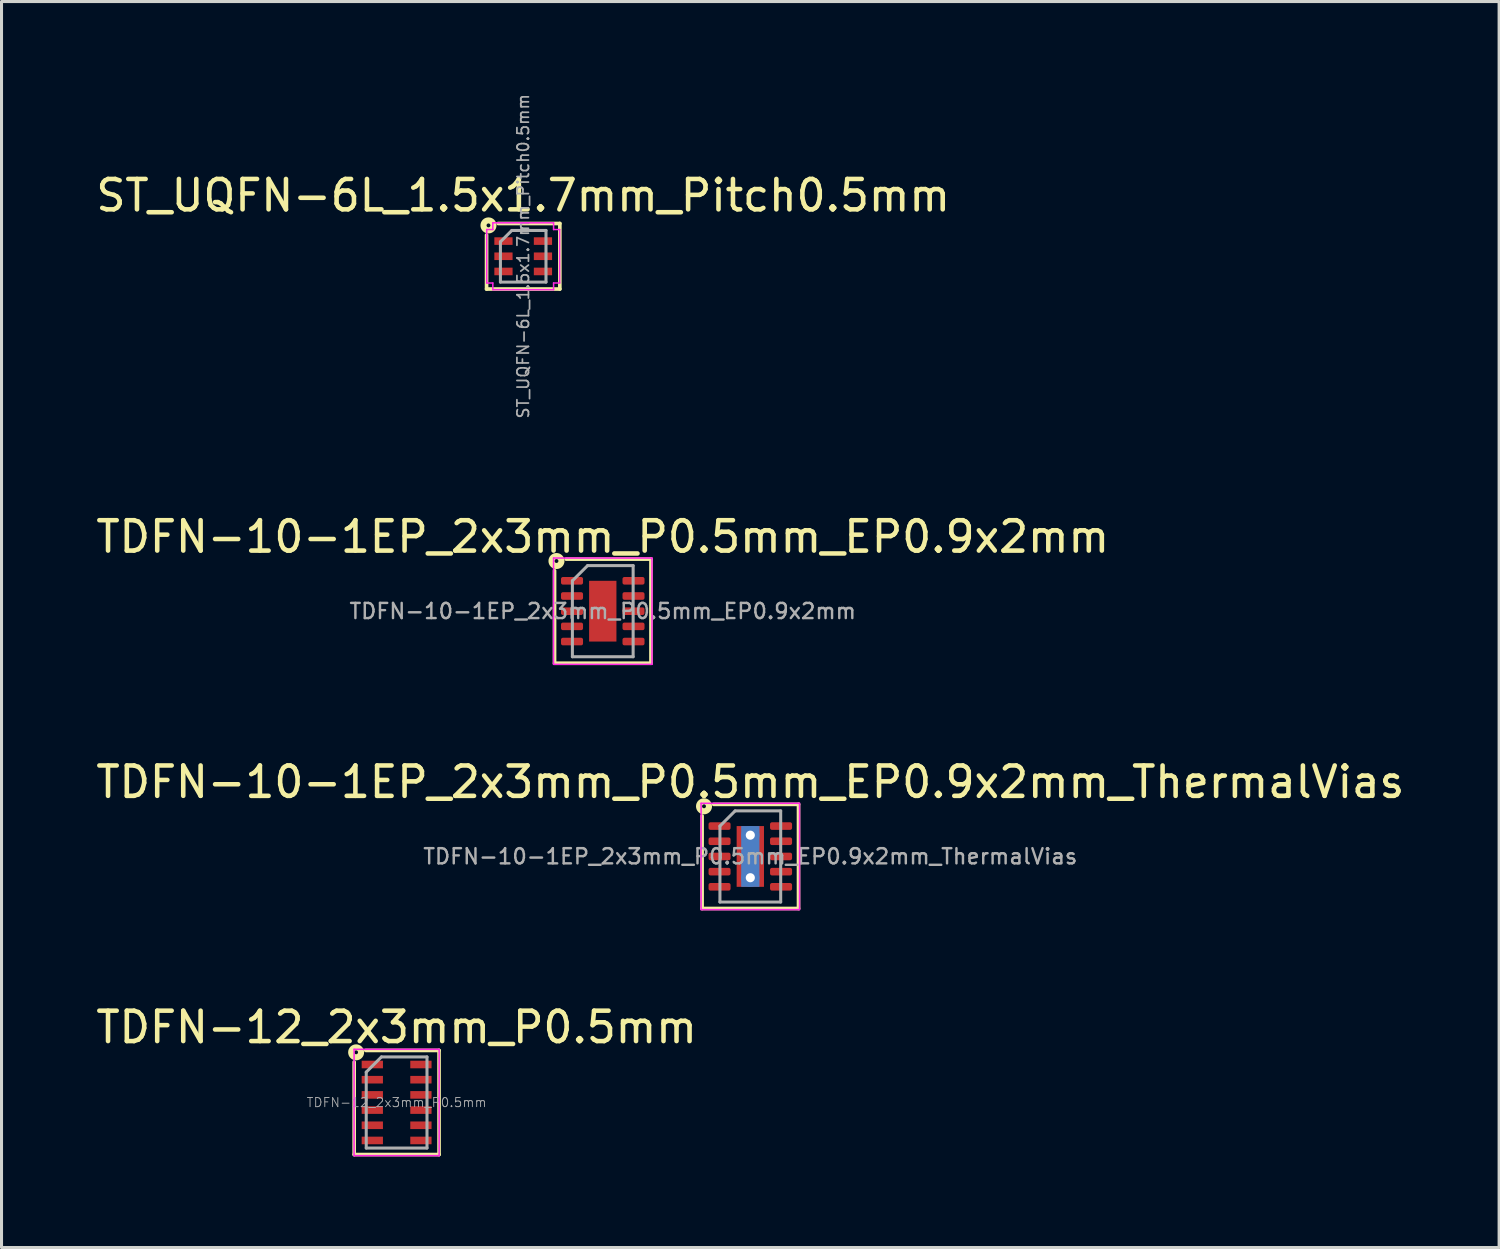
<source format=kicad_pcb>
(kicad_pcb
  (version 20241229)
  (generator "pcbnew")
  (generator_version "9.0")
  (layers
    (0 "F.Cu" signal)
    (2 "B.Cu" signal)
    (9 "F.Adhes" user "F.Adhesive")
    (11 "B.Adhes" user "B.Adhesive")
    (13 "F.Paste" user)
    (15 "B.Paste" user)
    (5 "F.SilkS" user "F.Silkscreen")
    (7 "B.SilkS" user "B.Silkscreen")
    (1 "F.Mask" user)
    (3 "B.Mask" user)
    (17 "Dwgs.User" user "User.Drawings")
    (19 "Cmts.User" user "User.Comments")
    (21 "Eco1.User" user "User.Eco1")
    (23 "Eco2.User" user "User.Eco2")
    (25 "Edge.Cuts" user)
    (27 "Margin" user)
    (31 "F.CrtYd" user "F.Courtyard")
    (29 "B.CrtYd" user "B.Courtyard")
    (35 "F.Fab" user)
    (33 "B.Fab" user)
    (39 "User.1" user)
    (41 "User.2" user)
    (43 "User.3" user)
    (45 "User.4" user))
  (footprint "TDFN-10-1EP_2x3mm_P0.5mm_EP0.9x2mm"
    (layer "F.Cu")
    (at 16.792 17.069)
    (property "Reference" "TDFN-10-1EP_2x3mm_P0.5mm_EP0.9x2mm" (at 0 -2.45 0) (layer "F.SilkS") (effects (font (size 1 1) (thickness 0.15))))
    (attr smd)
    (fp_line (start -1.587 -1.333) (end -1.587 1.714) (stroke (width 0.12) (type solid)) (layer "F.SilkS"))
    (fp_line (start -1.587 1.714) (end 1.587 1.714) (stroke (width 0.12) (type solid)) (layer "F.SilkS"))
    (fp_line (start 1.587 -1.714) (end -1.206 -1.714) (stroke (width 0.12) (type solid)) (layer "F.SilkS"))
    (fp_line (start 1.587 1.714) (end 1.587 -1.714) (stroke (width 0.12) (type solid)) (layer "F.SilkS"))
    (fp_circle (center -1.524 -1.651) (end -1.46 -1.651) (stroke (width 0.2) (type solid)) (fill no) (layer "F.SilkS"))
    (fp_line (start -1.62 -1.75) (end -1.62 1.75) (stroke (width 0.05) (type solid)) (layer "F.CrtYd"))
    (fp_line (start -1.62 1.75) (end 1.62 1.75) (stroke (width 0.05) (type solid)) (layer "F.CrtYd"))
    (fp_line (start 1.62 -1.75) (end -1.62 -1.75) (stroke (width 0.05) (type solid)) (layer "F.CrtYd"))
    (fp_line (start 1.62 1.75) (end 1.62 -1.75) (stroke (width 0.05) (type solid)) (layer "F.CrtYd"))
    (fp_line (start -1 -1) (end -0.5 -1.5) (stroke (width 0.1) (type solid)) (layer "F.Fab"))
    (fp_line (start -1 1.5) (end -1 -1) (stroke (width 0.1) (type solid)) (layer "F.Fab"))
    (fp_line (start -0.5 -1.5) (end 1 -1.5) (stroke (width 0.1) (type solid)) (layer "F.Fab"))
    (fp_line (start 1 -1.5) (end 1 1.5) (stroke (width 0.1) (type solid)) (layer "F.Fab"))
    (fp_line (start 1 1.5) (end -1 1.5) (stroke (width 0.1) (type solid)) (layer "F.Fab"))
    (fp_text user "${REFERENCE}" (at 0 0 0) (layer "F.Fab") (effects (font (size 0.5 0.5) (thickness 0.08))))
    (pad "" smd roundrect (at 0 -0.5) (size 0.73 0.81) (layers "F.Paste") (roundrect_rratio 0.25))
    (pad "" smd roundrect (at 0 0.5) (size 0.73 0.81) (layers "F.Paste") (roundrect_rratio 0.25))
    (pad "1" smd roundrect (at -1.012 -1) (size 0.725 0.25) (layers "F.Cu" "F.Mask" "F.Paste") (roundrect_rratio 0.25))
    (pad "2" smd roundrect (at -1.012 -0.5) (size 0.725 0.25) (layers "F.Cu" "F.Mask" "F.Paste") (roundrect_rratio 0.25))
    (pad "3" smd roundrect (at -1.012 0) (size 0.725 0.25) (layers "F.Cu" "F.Mask" "F.Paste") (roundrect_rratio 0.25))
    (pad "4" smd roundrect (at -1.012 0.5) (size 0.725 0.25) (layers "F.Cu" "F.Mask" "F.Paste") (roundrect_rratio 0.25))
    (pad "5" smd roundrect (at -1.012 1) (size 0.725 0.25) (layers "F.Cu" "F.Mask" "F.Paste") (roundrect_rratio 0.25))
    (pad "6" smd roundrect (at 1.012 1) (size 0.725 0.25) (layers "F.Cu" "F.Mask" "F.Paste") (roundrect_rratio 0.25))
    (pad "7" smd roundrect (at 1.012 0.5) (size 0.725 0.25) (layers "F.Cu" "F.Mask" "F.Paste") (roundrect_rratio 0.25))
    (pad "8" smd roundrect (at 1.012 0) (size 0.725 0.25) (layers "F.Cu" "F.Mask" "F.Paste") (roundrect_rratio 0.25))
    (pad "9" smd roundrect (at 1.012 -0.5) (size 0.725 0.25) (layers "F.Cu" "F.Mask" "F.Paste") (roundrect_rratio 0.25))
    (pad "10" smd roundrect (at 1.012 -1) (size 0.725 0.25) (layers "F.Cu" "F.Mask" "F.Paste") (roundrect_rratio 0.25))
    (pad "11" smd rect (at 0 0) (size 0.9 2) (layers "F.Cu" "F.Mask")))
  (footprint "TDFN-12_2x3mm_P0.5mm"
    (layer "F.Cu")
    (at 10.006 33.242)
    (property "Reference" "TDFN-12_2x3mm_P0.5mm" (at 0 -2.477 0) (layer "F.SilkS") (effects (font (size 1 1) (thickness 0.15))))
    (attr smd)
    (fp_line (start -1.397 -1.333) (end -1.397 1.714) (stroke (width 0.12) (type solid)) (layer "F.SilkS"))
    (fp_line (start -1.397 1.714) (end 1.397 1.714) (stroke (width 0.12) (type solid)) (layer "F.SilkS"))
    (fp_line (start 1.397 -1.714) (end -1.016 -1.714) (stroke (width 0.12) (type solid)) (layer "F.SilkS"))
    (fp_line (start 1.397 1.714) (end 1.397 -1.714) (stroke (width 0.12) (type solid)) (layer "F.SilkS"))
    (fp_circle (center -1.333 -1.651) (end -1.27 -1.651) (stroke (width 0.2) (type solid)) (fill no) (layer "F.SilkS"))
    (fp_line (start -1.4 -1.75) (end -1.4 1.75) (stroke (width 0.05) (type solid)) (layer "F.CrtYd"))
    (fp_line (start -1.4 1.75) (end 1.4 1.75) (stroke (width 0.05) (type solid)) (layer "F.CrtYd"))
    (fp_line (start 1.4 -1.75) (end -1.4 -1.75) (stroke (width 0.05) (type solid)) (layer "F.CrtYd"))
    (fp_line (start 1.4 1.75) (end 1.4 -1.75) (stroke (width 0.05) (type solid)) (layer "F.CrtYd"))
    (fp_line (start -1 1.5) (end -1 -1) (stroke (width 0.1) (type solid)) (layer "F.Fab"))
    (fp_line (start -0.5 -1.5) (end -1 -1) (stroke (width 0.1) (type solid)) (layer "F.Fab"))
    (fp_line (start -0.5 -1.5) (end 1 -1.5) (stroke (width 0.1) (type solid)) (layer "F.Fab"))
    (fp_line (start 1 -1.5) (end 1 1.5) (stroke (width 0.1) (type solid)) (layer "F.Fab"))
    (fp_line (start 1 1.5) (end -1 1.5) (stroke (width 0.1) (type solid)) (layer "F.Fab"))
    (fp_text user "${REFERENCE}" (at 0 0 0) (layer "F.Fab") (effects (font (size 0.3 0.3) (thickness 0.03))))
    (pad "1" smd rect (at -0.8 -1.25) (size 0.7 0.25) (layers "F.Cu" "F.Mask" "F.Paste"))
    (pad "2" smd rect (at -0.8 -0.75) (size 0.7 0.25) (layers "F.Cu" "F.Mask" "F.Paste"))
    (pad "3" smd rect (at -0.8 -0.25) (size 0.7 0.25) (layers "F.Cu" "F.Mask" "F.Paste"))
    (pad "4" smd rect (at -0.8 0.25) (size 0.7 0.25) (layers "F.Cu" "F.Mask" "F.Paste"))
    (pad "5" smd rect (at -0.8 0.75) (size 0.7 0.25) (layers "F.Cu" "F.Mask" "F.Paste"))
    (pad "6" smd rect (at -0.8 1.25) (size 0.7 0.25) (layers "F.Cu" "F.Mask" "F.Paste"))
    (pad "7" smd rect (at 0.8 1.25) (size 0.7 0.25) (layers "F.Cu" "F.Mask" "F.Paste"))
    (pad "8" smd rect (at 0.8 0.75) (size 0.7 0.25) (layers "F.Cu" "F.Mask" "F.Paste"))
    (pad "9" smd rect (at 0.8 0.25) (size 0.7 0.25) (layers "F.Cu" "F.Mask" "F.Paste"))
    (pad "10" smd rect (at 0.8 -0.25) (size 0.7 0.25) (layers "F.Cu" "F.Mask" "F.Paste"))
    (pad "11" smd rect (at 0.8 -0.75) (size 0.7 0.25) (layers "F.Cu" "F.Mask" "F.Paste"))
    (pad "12" smd rect (at 0.8 -1.25) (size 0.7 0.25) (layers "F.Cu" "F.Mask" "F.Paste")))
  (footprint "TDFN-10-1EP_2x3mm_P0.5mm_EP0.9x2mm_ThermalVias"
    (layer "F.Cu")
    (at 21.649 25.143)
    (property "Reference" "TDFN-10-1EP_2x3mm_P0.5mm_EP0.9x2mm_ThermalVias" (at 0 -2.45 0) (layer "F.SilkS") (effects (font (size 1 1) (thickness 0.15))))
    (attr smd)
    (fp_line (start -1.587 -1.333) (end -1.587 1.714) (stroke (width 0.12) (type solid)) (layer "F.SilkS"))
    (fp_line (start -1.587 1.714) (end 1.587 1.714) (stroke (width 0.12) (type solid)) (layer "F.SilkS"))
    (fp_line (start 1.587 -1.714) (end -1.206 -1.714) (stroke (width 0.12) (type solid)) (layer "F.SilkS"))
    (fp_line (start 1.587 1.714) (end 1.587 -1.714) (stroke (width 0.12) (type solid)) (layer "F.SilkS"))
    (fp_circle (center -1.524 -1.651) (end -1.46 -1.651) (stroke (width 0.2) (type solid)) (fill no) (layer "F.SilkS"))
    (fp_line (start -1.62 -1.75) (end -1.62 1.75) (stroke (width 0.05) (type solid)) (layer "F.CrtYd"))
    (fp_line (start -1.62 1.75) (end 1.62 1.75) (stroke (width 0.05) (type solid)) (layer "F.CrtYd"))
    (fp_line (start 1.62 -1.75) (end -1.62 -1.75) (stroke (width 0.05) (type solid)) (layer "F.CrtYd"))
    (fp_line (start 1.62 1.75) (end 1.62 -1.75) (stroke (width 0.05) (type solid)) (layer "F.CrtYd"))
    (fp_line (start -1 -1) (end -0.5 -1.5) (stroke (width 0.1) (type solid)) (layer "F.Fab"))
    (fp_line (start -1 1.5) (end -1 -1) (stroke (width 0.1) (type solid)) (layer "F.Fab"))
    (fp_line (start -0.5 -1.5) (end 1 -1.5) (stroke (width 0.1) (type solid)) (layer "F.Fab"))
    (fp_line (start 1 -1.5) (end 1 1.5) (stroke (width 0.1) (type solid)) (layer "F.Fab"))
    (fp_line (start 1 1.5) (end -1 1.5) (stroke (width 0.1) (type solid)) (layer "F.Fab"))
    (fp_text user "${REFERENCE}" (at 0 0 0) (layer "F.Fab") (effects (font (size 0.5 0.5) (thickness 0.08))))
    (pad "" smd roundrect (at 0 -0.5) (size 0.73 0.81) (layers "F.Paste") (roundrect_rratio 0.25))
    (pad "" smd roundrect (at 0 0.5) (size 0.73 0.81) (layers "F.Paste") (roundrect_rratio 0.25))
    (pad "1" smd roundrect (at -1.012 -1) (size 0.725 0.25) (layers "F.Cu" "F.Mask" "F.Paste") (roundrect_rratio 0.25))
    (pad "2" smd roundrect (at -1.012 -0.5) (size 0.725 0.25) (layers "F.Cu" "F.Mask" "F.Paste") (roundrect_rratio 0.25))
    (pad "3" smd roundrect (at -1.012 0) (size 0.725 0.25) (layers "F.Cu" "F.Mask" "F.Paste") (roundrect_rratio 0.25))
    (pad "4" smd roundrect (at -1.012 0.5) (size 0.725 0.25) (layers "F.Cu" "F.Mask" "F.Paste") (roundrect_rratio 0.25))
    (pad "5" smd roundrect (at -1.012 1) (size 0.725 0.25) (layers "F.Cu" "F.Mask" "F.Paste") (roundrect_rratio 0.25))
    (pad "6" smd roundrect (at 1.012 1) (size 0.725 0.25) (layers "F.Cu" "F.Mask" "F.Paste") (roundrect_rratio 0.25))
    (pad "7" smd roundrect (at 1.012 0.5) (size 0.725 0.25) (layers "F.Cu" "F.Mask" "F.Paste") (roundrect_rratio 0.25))
    (pad "8" smd roundrect (at 1.012 0) (size 0.725 0.25) (layers "F.Cu" "F.Mask" "F.Paste") (roundrect_rratio 0.25))
    (pad "9" smd roundrect (at 1.012 -0.5) (size 0.725 0.25) (layers "F.Cu" "F.Mask" "F.Paste") (roundrect_rratio 0.25))
    (pad "10" smd roundrect (at 1.012 -1) (size 0.725 0.25) (layers "F.Cu" "F.Mask" "F.Paste") (roundrect_rratio 0.25))
    (pad "11" thru_hole circle (at 0 -0.7) (size 0.6 0.6) (drill 0.3) (layers "*.Cu"))
    (pad "11" smd rect (at 0 0) (size 0.6 2) (layers "B.Cu" "B.Mask"))
    (pad "11" smd rect (at 0 0) (size 0.9 2) (layers "F.Cu" "F.Mask"))
    (pad "11" thru_hole circle (at 0 0.7) (size 0.6 0.6) (drill 0.3) (layers "*.Cu")))
  (footprint "ST_UQFN-6L_1.5x1.7mm_Pitch0.5mm"
    (layer "F.Cu")
    (at 14.173 5.386)
    (property "Reference" "ST_UQFN-6L_1.5x1.7mm_Pitch0.5mm" (at 0 -2 0) (layer "F.SilkS") (effects (font (size 1 1) (thickness 0.15))))
    (attr smd)
    (fp_line (start -1.206 -0.699) (end -1.206 1.079) (stroke (width 0.12) (type solid)) (layer "F.SilkS"))
    (fp_line (start -1.206 1.079) (end 1.206 1.079) (stroke (width 0.12) (type solid)) (layer "F.SilkS"))
    (fp_line (start 1.206 -1.079) (end -0.826 -1.079) (stroke (width 0.12) (type solid)) (layer "F.SilkS"))
    (fp_line (start 1.206 1.079) (end 1.206 -1.079) (stroke (width 0.12) (type solid)) (layer "F.SilkS"))
    (fp_circle (center -1.143 -1.016) (end -1.079 -1.016) (stroke (width 0.2) (type solid)) (fill no) (layer "F.SilkS"))
    (fp_line (start -1.2 0.88) (end -1.2 -0.88) (stroke (width 0.05) (type solid)) (layer "F.CrtYd"))
    (fp_line (start -1 -1.1) (end -1 -0.88) (stroke (width 0.05) (type solid)) (layer "F.CrtYd"))
    (fp_line (start -1 -0.88) (end -1.2 -0.88) (stroke (width 0.05) (type solid)) (layer "F.CrtYd"))
    (fp_line (start -1 0.88) (end -1.2 0.88) (stroke (width 0.05) (type solid)) (layer "F.CrtYd"))
    (fp_line (start -1 1.1) (end -1 0.88) (stroke (width 0.05) (type solid)) (layer "F.CrtYd"))
    (fp_line (start 1 -1.1) (end -1 -1.1) (stroke (width 0.05) (type solid)) (layer "F.CrtYd"))
    (fp_line (start 1 -1.1) (end 1 -0.88) (stroke (width 0.05) (type solid)) (layer "F.CrtYd"))
    (fp_line (start 1 -0.88) (end 1.2 -0.88) (stroke (width 0.05) (type solid)) (layer "F.CrtYd"))
    (fp_line (start 1 0.88) (end 1.2 0.88) (stroke (width 0.05) (type solid)) (layer "F.CrtYd"))
    (fp_line (start 1 1.1) (end -1 1.1) (stroke (width 0.05) (type solid)) (layer "F.CrtYd"))
    (fp_line (start 1 1.1) (end 1 0.88) (stroke (width 0.05) (type solid)) (layer "F.CrtYd"))
    (fp_line (start 1.2 0.88) (end 1.2 -0.88) (stroke (width 0.05) (type solid)) (layer "F.CrtYd"))
    (fp_line (start -0.75 0.85) (end -0.75 -0.475) (stroke (width 0.1) (type solid)) (layer "F.Fab"))
    (fp_line (start -0.375 -0.85) (end -0.75 -0.475) (stroke (width 0.1) (type solid)) (layer "F.Fab"))
    (fp_line (start 0.75 -0.85) (end -0.375 -0.85) (stroke (width 0.1) (type solid)) (layer "F.Fab"))
    (fp_line (start 0.75 -0.85) (end 0.75 0.85) (stroke (width 0.1) (type solid)) (layer "F.Fab"))
    (fp_line (start 0.75 0.85) (end -0.75 0.85) (stroke (width 0.1) (type solid)) (layer "F.Fab"))
    (fp_text user "${REFERENCE}" (at 0 0 90) (layer "F.Fab") (effects (font (size 0.38 0.38) (thickness 0.057))))
    (pad "1" smd rect (at -0.65 -0.5) (size 0.6 0.25) (layers "F.Cu" "F.Mask" "F.Paste"))
    (pad "2" smd rect (at -0.65 0) (size 0.6 0.25) (layers "F.Cu" "F.Mask" "F.Paste"))
    (pad "3" smd rect (at -0.65 0.5) (size 0.6 0.25) (layers "F.Cu" "F.Mask" "F.Paste"))
    (pad "4" smd rect (at 0.65 0.5) (size 0.6 0.25) (layers "F.Cu" "F.Mask" "F.Paste"))
    (pad "5" smd rect (at 0.65 0) (size 0.6 0.25) (layers "F.Cu" "F.Mask" "F.Paste"))
    (pad "6" smd rect (at 0.65 -0.5) (size 0.6 0.25) (layers "F.Cu" "F.Mask" "F.Paste")))
  (gr_rect
    (start -3 -3)
    (end 46.298 38.017)
    (stroke (width 0.1) (type default))
    (fill no)
    (layer "Edge.Cuts")))
</source>
